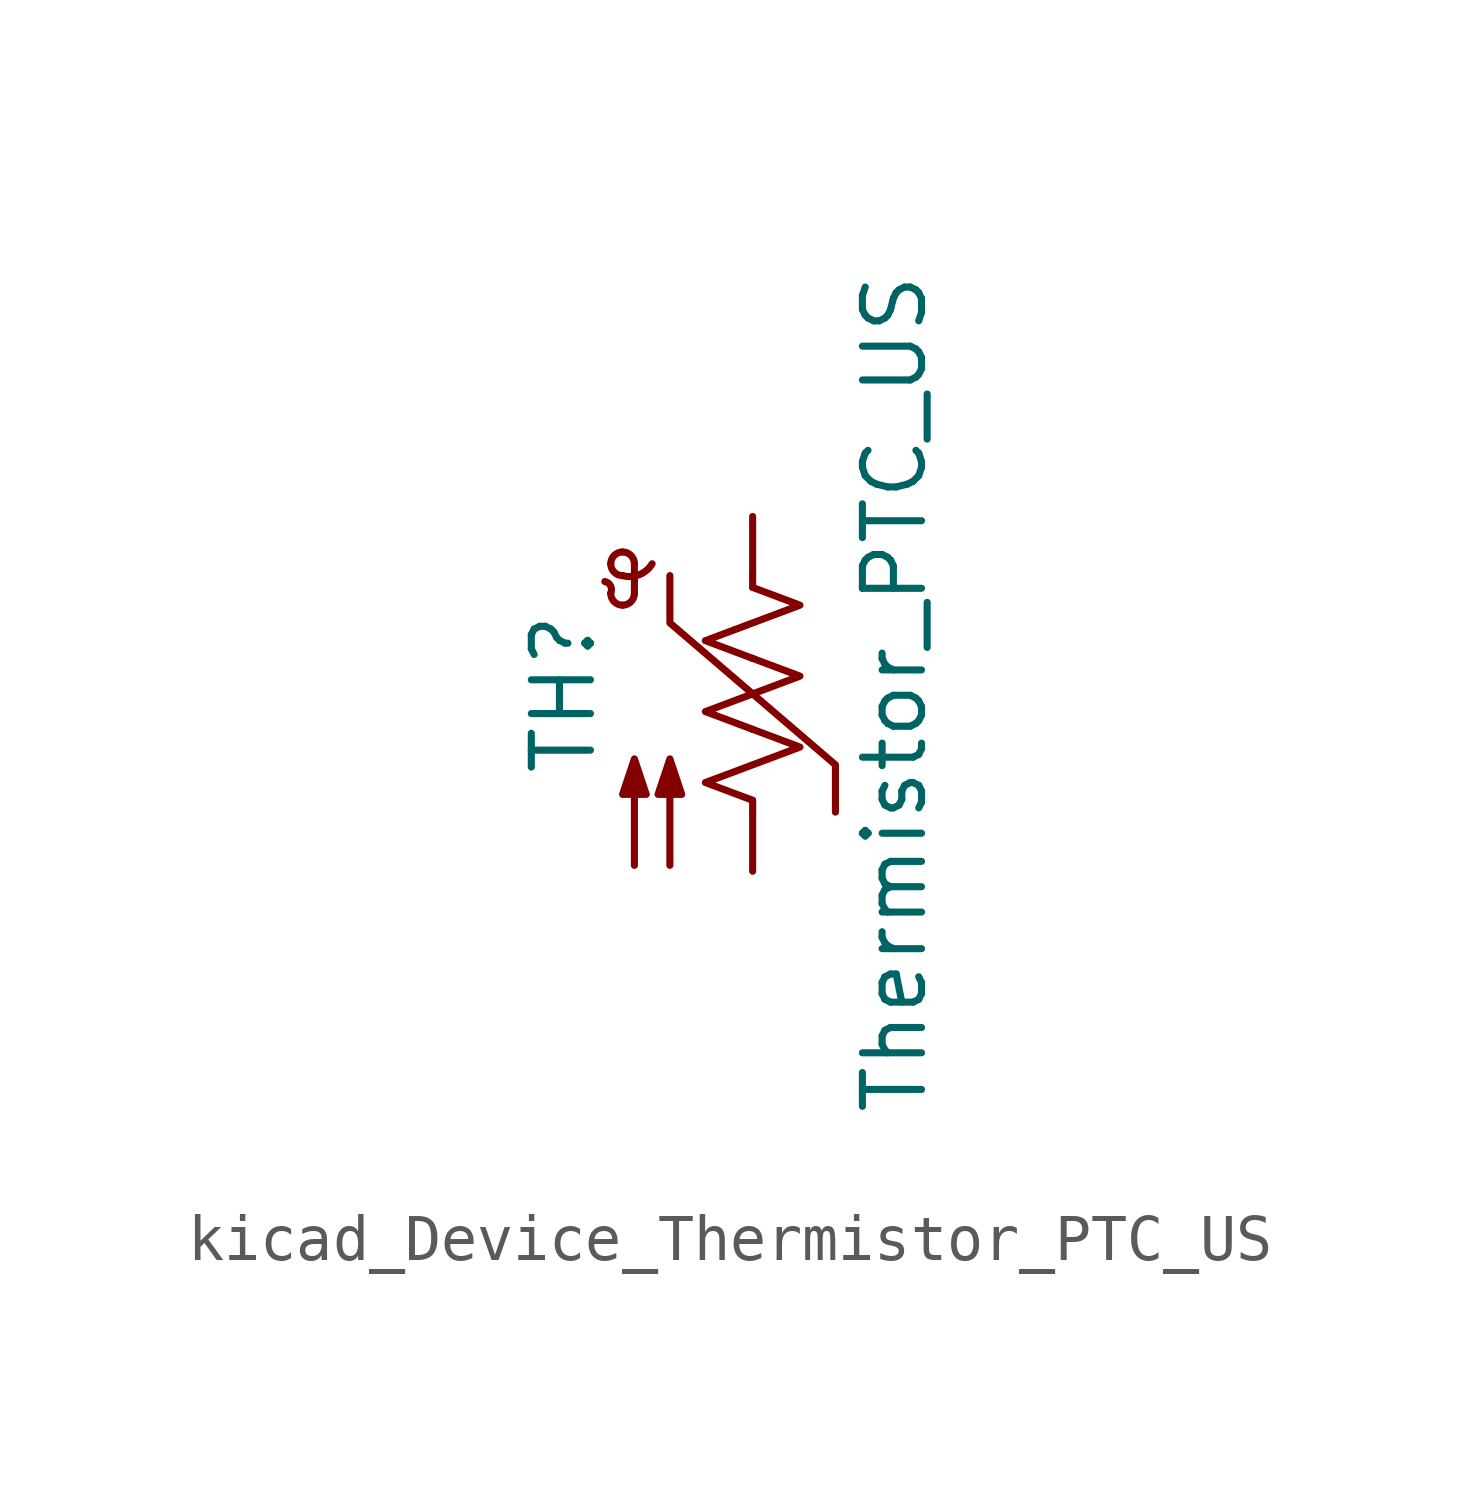
<source format=kicad_sym>
(kicad_symbol_lib
  (version 20220914)
  (generator kicad_symbol_editor)
  (symbol "kicad_Device_Thermistor_PTC_US"
    (pin_numbers hide)
    (pin_names
      (offset 0))
    (property "Reference" "TH"
      (at -4.064 0 90)
      (effects (font (size 1.27 1.27))))
    (property "Value" "Thermistor_PTC_US"
      (at 3.048 0 90)
      (effects (font (size 1.27 1.27))))
    (symbol "kicad_Device_Thermistor_PTC_US_0_1"
      (arc (start -3.048 2.159) (mid -3.0495 2.3143) (end -3.175 2.413) (stroke (width 0) (type default)) (fill (type none)))
      (arc (start -3.048 2.159) (mid -2.9736 1.9794) (end -2.794 1.905) (stroke (width 0) (type default)) (fill (type none)))
      (arc (start -3.048 2.794) (mid -2.9736 2.6144) (end -2.794 2.54) (stroke (width 0) (type default)) (fill (type none)))
      (arc (start -2.794 1.905) (mid -2.6144 1.9794) (end -2.54 2.159) (stroke (width 0) (type default)) (fill (type none)))
      (arc (start -2.794 2.54) (mid -2.4393 2.5587) (end -2.159 2.794) (stroke (width 0) (type default)) (fill (type none)))
      (arc (start -2.794 3.048) (mid -2.9736 2.9736) (end -3.048 2.794) (stroke (width 0) (type default)) (fill (type none)))
      (arc (start -2.54 2.794) (mid -2.6144 2.9736) (end -2.794 3.048) (stroke (width 0) (type default)) (fill (type none)))
      (polyline (pts (xy -2.54 2.159) (xy -2.54 2.794)) (stroke (width 0) (type default)) (fill (type none)))
      (polyline (pts (xy 0 -2.286) (xy 0 -2.54)) (stroke (width 0) (type default)) (fill (type none)))
      (polyline (pts (xy 0 2.286) (xy 0 2.54)) (stroke (width 0) (type default)) (fill (type none)))
      (polyline (pts (xy -1.778 2.54) (xy -1.778 1.524) (xy 1.778 -1.524) (xy 1.778 -2.54)) (stroke (width 0) (type default)) (fill (type none)))
      (polyline (pts (xy 0 -0.762) (xy 1.016 -1.143) (xy 0 -1.524) (xy -1.016 -1.905) (xy 0 -2.286)) (stroke (width 0) (type default)) (fill (type none)))
      (polyline (pts (xy 0 0.762) (xy 1.016 0.381) (xy 0 0) (xy -1.016 -0.381) (xy 0 -0.762)) (stroke (width 0) (type default)) (fill (type none)))
      (polyline (pts (xy 0 2.286) (xy 1.016 1.905) (xy 0 1.524) (xy -1.016 1.143) (xy 0 0.762)) (stroke (width 0) (type default)) (fill (type none)))
      (polyline (pts (xy -2.54 -3.683) (xy -2.54 -1.397) (xy -2.794 -2.159) (xy -2.286 -2.159) (xy -2.54 -1.397) (xy -2.54 -1.651)) (stroke (width 0) (type default)) (fill (type outline)))
      (polyline (pts (xy -1.778 -3.683) (xy -1.778 -1.397) (xy -2.032 -2.159) (xy -1.524 -2.159) (xy -1.778 -1.397) (xy -1.778 -1.651)) (stroke (width 0) (type default)) (fill (type outline))))
    (symbol "kicad_Device_Thermistor_PTC_US_1_1"
      (pin passive line (at 0 3.81 270) (length 1.27) (name "~" (effects (font (size 1.27 1.27)))) (number "1" (effects (font (size 1.27 1.27)))))
      (pin passive line (at 0 -3.81 90) (length 1.27) (name "~" (effects (font (size 1.27 1.27)))) (number "2" (effects (font (size 1.27 1.27))))))))
</source>
